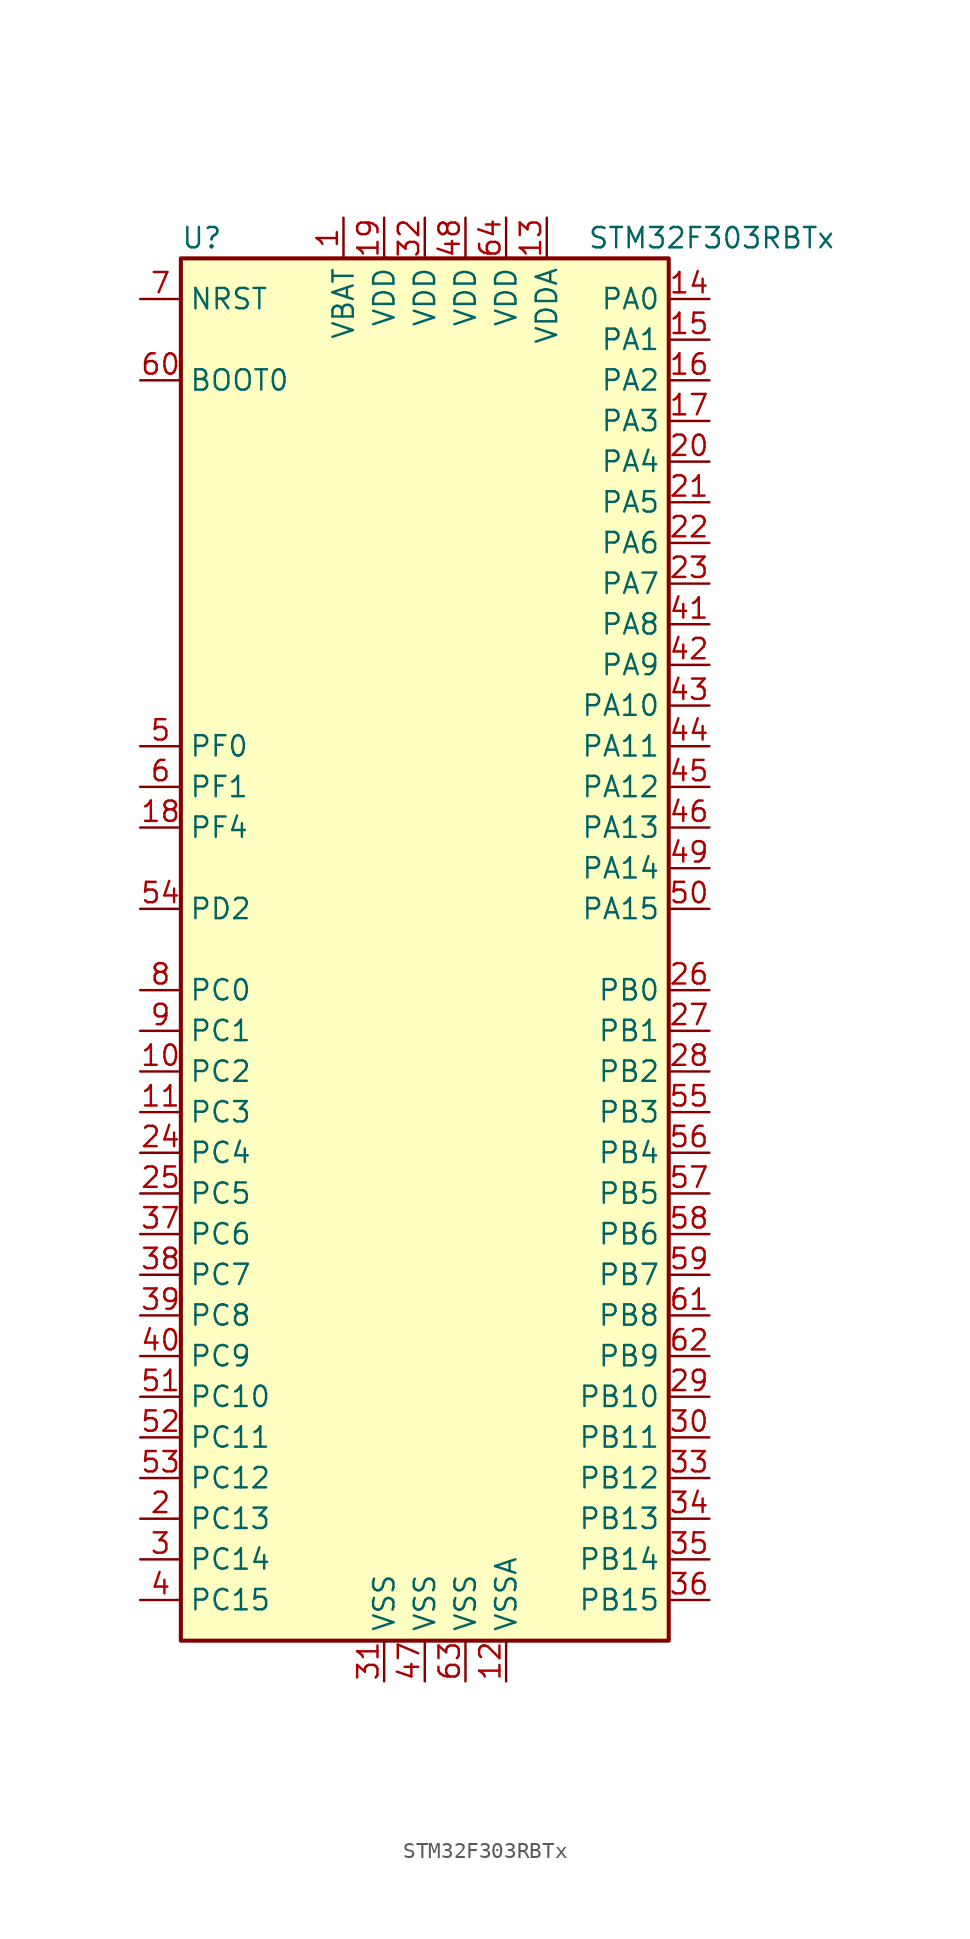
<source format=kicad_sym>
(kicad_symbol_lib
  (version 20201005)
  (generator kicad_symbol_editor)
  (symbol "STM32F303RBTx"
    (property "Reference" "U"
      (at -15.24 44.45 0)
      (effects (font (size 1.27 1.27)) (justify left)))
    (property "Value" "STM32F303RBTx"
      (at 10.16 44.45 0)
      (effects (font (size 1.27 1.27)) (justify left)))
    (symbol "STM32F303RBTx_0_1"
      (rectangle (start -15.24 -43.18) (end 15.24 43.18) (stroke (width 0.254)) (fill (type background))))
    (symbol "STM32F303RBTx_1_1"
      (pin power_in line (at -5.08 45.72 270) (length 2.54) (name "VBAT" (effects (font (size 1.27 1.27)))) (number "1" (effects (font (size 1.27 1.27)))))
      (pin bidirectional line (at -17.78 -7.62 0) (length 2.54) (name "PC2" (effects (font (size 1.27 1.27)))) (number "10" (effects (font (size 1.27 1.27)))))
      (pin bidirectional line (at -17.78 -10.16 0) (length 2.54) (name "PC3" (effects (font (size 1.27 1.27)))) (number "11" (effects (font (size 1.27 1.27)))))
      (pin power_in line (at 5.08 -45.72 90) (length 2.54) (name "VSSA" (effects (font (size 1.27 1.27)))) (number "12" (effects (font (size 1.27 1.27)))))
      (pin power_in line (at 7.62 45.72 270) (length 2.54) (name "VDDA" (effects (font (size 1.27 1.27)))) (number "13" (effects (font (size 1.27 1.27)))))
      (pin bidirectional line (at 17.78 40.64 180) (length 2.54) (name "PA0" (effects (font (size 1.27 1.27)))) (number "14" (effects (font (size 1.27 1.27)))))
      (pin bidirectional line (at 17.78 38.1 180) (length 2.54) (name "PA1" (effects (font (size 1.27 1.27)))) (number "15" (effects (font (size 1.27 1.27)))))
      (pin bidirectional line (at 17.78 35.56 180) (length 2.54) (name "PA2" (effects (font (size 1.27 1.27)))) (number "16" (effects (font (size 1.27 1.27)))))
      (pin bidirectional line (at 17.78 33.02 180) (length 2.54) (name "PA3" (effects (font (size 1.27 1.27)))) (number "17" (effects (font (size 1.27 1.27)))))
      (pin bidirectional line (at -17.78 7.62 0) (length 2.54) (name "PF4" (effects (font (size 1.27 1.27)))) (number "18" (effects (font (size 1.27 1.27)))))
      (pin power_in line (at -2.54 45.72 270) (length 2.54) (name "VDD" (effects (font (size 1.27 1.27)))) (number "19" (effects (font (size 1.27 1.27)))))
      (pin bidirectional line (at -17.78 -35.56 0) (length 2.54) (name "PC13" (effects (font (size 1.27 1.27)))) (number "2" (effects (font (size 1.27 1.27)))))
      (pin bidirectional line (at 17.78 30.48 180) (length 2.54) (name "PA4" (effects (font (size 1.27 1.27)))) (number "20" (effects (font (size 1.27 1.27)))))
      (pin bidirectional line (at 17.78 27.94 180) (length 2.54) (name "PA5" (effects (font (size 1.27 1.27)))) (number "21" (effects (font (size 1.27 1.27)))))
      (pin bidirectional line (at 17.78 25.4 180) (length 2.54) (name "PA6" (effects (font (size 1.27 1.27)))) (number "22" (effects (font (size 1.27 1.27)))))
      (pin bidirectional line (at 17.78 22.86 180) (length 2.54) (name "PA7" (effects (font (size 1.27 1.27)))) (number "23" (effects (font (size 1.27 1.27)))))
      (pin bidirectional line (at -17.78 -12.7 0) (length 2.54) (name "PC4" (effects (font (size 1.27 1.27)))) (number "24" (effects (font (size 1.27 1.27)))))
      (pin bidirectional line (at -17.78 -15.24 0) (length 2.54) (name "PC5" (effects (font (size 1.27 1.27)))) (number "25" (effects (font (size 1.27 1.27)))))
      (pin bidirectional line (at 17.78 -2.54 180) (length 2.54) (name "PB0" (effects (font (size 1.27 1.27)))) (number "26" (effects (font (size 1.27 1.27)))))
      (pin bidirectional line (at 17.78 -5.08 180) (length 2.54) (name "PB1" (effects (font (size 1.27 1.27)))) (number "27" (effects (font (size 1.27 1.27)))))
      (pin bidirectional line (at 17.78 -7.62 180) (length 2.54) (name "PB2" (effects (font (size 1.27 1.27)))) (number "28" (effects (font (size 1.27 1.27)))))
      (pin bidirectional line (at 17.78 -27.94 180) (length 2.54) (name "PB10" (effects (font (size 1.27 1.27)))) (number "29" (effects (font (size 1.27 1.27)))))
      (pin bidirectional line (at -17.78 -38.1 0) (length 2.54) (name "PC14" (effects (font (size 1.27 1.27)))) (number "3" (effects (font (size 1.27 1.27)))))
      (pin bidirectional line (at 17.78 -30.48 180) (length 2.54) (name "PB11" (effects (font (size 1.27 1.27)))) (number "30" (effects (font (size 1.27 1.27)))))
      (pin power_in line (at -2.54 -45.72 90) (length 2.54) (name "VSS" (effects (font (size 1.27 1.27)))) (number "31" (effects (font (size 1.27 1.27)))))
      (pin power_in line (at 0 45.72 270) (length 2.54) (name "VDD" (effects (font (size 1.27 1.27)))) (number "32" (effects (font (size 1.27 1.27)))))
      (pin bidirectional line (at 17.78 -33.02 180) (length 2.54) (name "PB12" (effects (font (size 1.27 1.27)))) (number "33" (effects (font (size 1.27 1.27)))))
      (pin bidirectional line (at 17.78 -35.56 180) (length 2.54) (name "PB13" (effects (font (size 1.27 1.27)))) (number "34" (effects (font (size 1.27 1.27)))))
      (pin bidirectional line (at 17.78 -38.1 180) (length 2.54) (name "PB14" (effects (font (size 1.27 1.27)))) (number "35" (effects (font (size 1.27 1.27)))))
      (pin bidirectional line (at 17.78 -40.64 180) (length 2.54) (name "PB15" (effects (font (size 1.27 1.27)))) (number "36" (effects (font (size 1.27 1.27)))))
      (pin bidirectional line (at -17.78 -17.78 0) (length 2.54) (name "PC6" (effects (font (size 1.27 1.27)))) (number "37" (effects (font (size 1.27 1.27)))))
      (pin bidirectional line (at -17.78 -20.32 0) (length 2.54) (name "PC7" (effects (font (size 1.27 1.27)))) (number "38" (effects (font (size 1.27 1.27)))))
      (pin bidirectional line (at -17.78 -22.86 0) (length 2.54) (name "PC8" (effects (font (size 1.27 1.27)))) (number "39" (effects (font (size 1.27 1.27)))))
      (pin bidirectional line (at -17.78 -40.64 0) (length 2.54) (name "PC15" (effects (font (size 1.27 1.27)))) (number "4" (effects (font (size 1.27 1.27)))))
      (pin bidirectional line (at -17.78 -25.4 0) (length 2.54) (name "PC9" (effects (font (size 1.27 1.27)))) (number "40" (effects (font (size 1.27 1.27)))))
      (pin bidirectional line (at 17.78 20.32 180) (length 2.54) (name "PA8" (effects (font (size 1.27 1.27)))) (number "41" (effects (font (size 1.27 1.27)))))
      (pin bidirectional line (at 17.78 17.78 180) (length 2.54) (name "PA9" (effects (font (size 1.27 1.27)))) (number "42" (effects (font (size 1.27 1.27)))))
      (pin bidirectional line (at 17.78 15.24 180) (length 2.54) (name "PA10" (effects (font (size 1.27 1.27)))) (number "43" (effects (font (size 1.27 1.27)))))
      (pin bidirectional line (at 17.78 12.7 180) (length 2.54) (name "PA11" (effects (font (size 1.27 1.27)))) (number "44" (effects (font (size 1.27 1.27)))))
      (pin bidirectional line (at 17.78 10.16 180) (length 2.54) (name "PA12" (effects (font (size 1.27 1.27)))) (number "45" (effects (font (size 1.27 1.27)))))
      (pin bidirectional line (at 17.78 7.62 180) (length 2.54) (name "PA13" (effects (font (size 1.27 1.27)))) (number "46" (effects (font (size 1.27 1.27)))))
      (pin power_in line (at 0 -45.72 90) (length 2.54) (name "VSS" (effects (font (size 1.27 1.27)))) (number "47" (effects (font (size 1.27 1.27)))))
      (pin power_in line (at 2.54 45.72 270) (length 2.54) (name "VDD" (effects (font (size 1.27 1.27)))) (number "48" (effects (font (size 1.27 1.27)))))
      (pin bidirectional line (at 17.78 5.08 180) (length 2.54) (name "PA14" (effects (font (size 1.27 1.27)))) (number "49" (effects (font (size 1.27 1.27)))))
      (pin input line (at -17.78 12.7 0) (length 2.54) (name "PF0" (effects (font (size 1.27 1.27)))) (number "5" (effects (font (size 1.27 1.27)))))
      (pin bidirectional line (at 17.78 2.54 180) (length 2.54) (name "PA15" (effects (font (size 1.27 1.27)))) (number "50" (effects (font (size 1.27 1.27)))))
      (pin bidirectional line (at -17.78 -27.94 0) (length 2.54) (name "PC10" (effects (font (size 1.27 1.27)))) (number "51" (effects (font (size 1.27 1.27)))))
      (pin bidirectional line (at -17.78 -30.48 0) (length 2.54) (name "PC11" (effects (font (size 1.27 1.27)))) (number "52" (effects (font (size 1.27 1.27)))))
      (pin bidirectional line (at -17.78 -33.02 0) (length 2.54) (name "PC12" (effects (font (size 1.27 1.27)))) (number "53" (effects (font (size 1.27 1.27)))))
      (pin bidirectional line (at -17.78 2.54 0) (length 2.54) (name "PD2" (effects (font (size 1.27 1.27)))) (number "54" (effects (font (size 1.27 1.27)))))
      (pin bidirectional line (at 17.78 -10.16 180) (length 2.54) (name "PB3" (effects (font (size 1.27 1.27)))) (number "55" (effects (font (size 1.27 1.27)))))
      (pin bidirectional line (at 17.78 -12.7 180) (length 2.54) (name "PB4" (effects (font (size 1.27 1.27)))) (number "56" (effects (font (size 1.27 1.27)))))
      (pin bidirectional line (at 17.78 -15.24 180) (length 2.54) (name "PB5" (effects (font (size 1.27 1.27)))) (number "57" (effects (font (size 1.27 1.27)))))
      (pin bidirectional line (at 17.78 -17.78 180) (length 2.54) (name "PB6" (effects (font (size 1.27 1.27)))) (number "58" (effects (font (size 1.27 1.27)))))
      (pin bidirectional line (at 17.78 -20.32 180) (length 2.54) (name "PB7" (effects (font (size 1.27 1.27)))) (number "59" (effects (font (size 1.27 1.27)))))
      (pin input line (at -17.78 10.16 0) (length 2.54) (name "PF1" (effects (font (size 1.27 1.27)))) (number "6" (effects (font (size 1.27 1.27)))))
      (pin input line (at -17.78 35.56 0) (length 2.54) (name "BOOT0" (effects (font (size 1.27 1.27)))) (number "60" (effects (font (size 1.27 1.27)))))
      (pin bidirectional line (at 17.78 -22.86 180) (length 2.54) (name "PB8" (effects (font (size 1.27 1.27)))) (number "61" (effects (font (size 1.27 1.27)))))
      (pin bidirectional line (at 17.78 -25.4 180) (length 2.54) (name "PB9" (effects (font (size 1.27 1.27)))) (number "62" (effects (font (size 1.27 1.27)))))
      (pin power_in line (at 2.54 -45.72 90) (length 2.54) (name "VSS" (effects (font (size 1.27 1.27)))) (number "63" (effects (font (size 1.27 1.27)))))
      (pin power_in line (at 5.08 45.72 270) (length 2.54) (name "VDD" (effects (font (size 1.27 1.27)))) (number "64" (effects (font (size 1.27 1.27)))))
      (pin input line (at -17.78 40.64 0) (length 2.54) (name "NRST" (effects (font (size 1.27 1.27)))) (number "7" (effects (font (size 1.27 1.27)))))
      (pin bidirectional line (at -17.78 -2.54 0) (length 2.54) (name "PC0" (effects (font (size 1.27 1.27)))) (number "8" (effects (font (size 1.27 1.27)))))
      (pin bidirectional line (at -17.78 -5.08 0) (length 2.54) (name "PC1" (effects (font (size 1.27 1.27)))) (number "9" (effects (font (size 1.27 1.27))))))))
</source>
